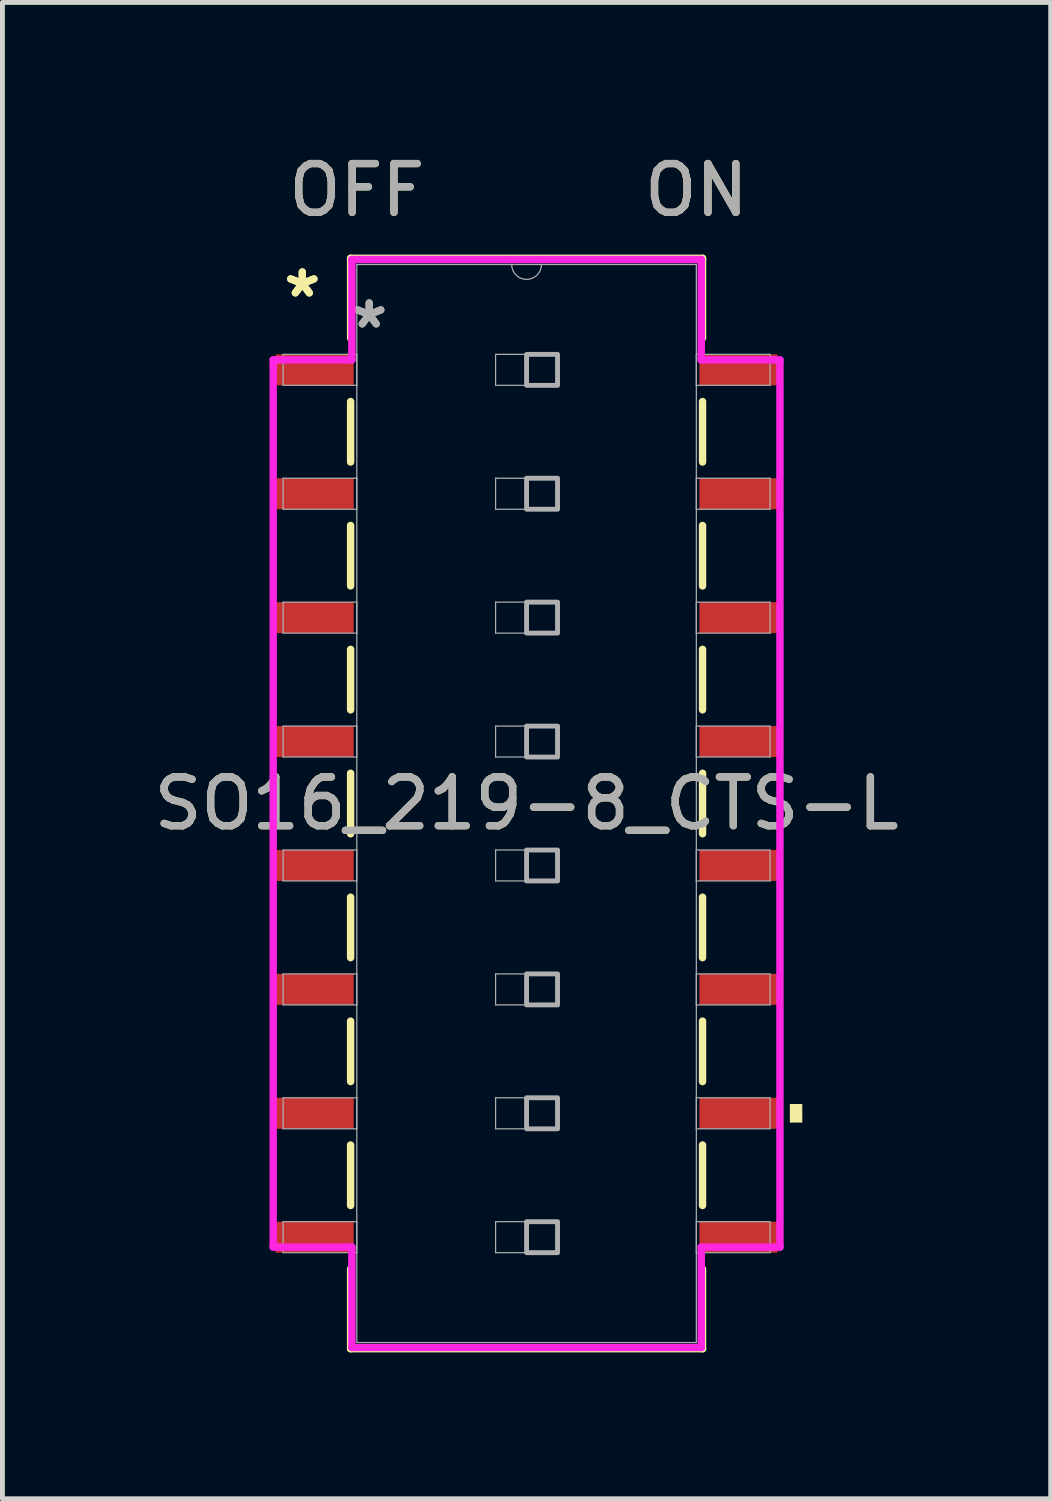
<source format=kicad_pcb>
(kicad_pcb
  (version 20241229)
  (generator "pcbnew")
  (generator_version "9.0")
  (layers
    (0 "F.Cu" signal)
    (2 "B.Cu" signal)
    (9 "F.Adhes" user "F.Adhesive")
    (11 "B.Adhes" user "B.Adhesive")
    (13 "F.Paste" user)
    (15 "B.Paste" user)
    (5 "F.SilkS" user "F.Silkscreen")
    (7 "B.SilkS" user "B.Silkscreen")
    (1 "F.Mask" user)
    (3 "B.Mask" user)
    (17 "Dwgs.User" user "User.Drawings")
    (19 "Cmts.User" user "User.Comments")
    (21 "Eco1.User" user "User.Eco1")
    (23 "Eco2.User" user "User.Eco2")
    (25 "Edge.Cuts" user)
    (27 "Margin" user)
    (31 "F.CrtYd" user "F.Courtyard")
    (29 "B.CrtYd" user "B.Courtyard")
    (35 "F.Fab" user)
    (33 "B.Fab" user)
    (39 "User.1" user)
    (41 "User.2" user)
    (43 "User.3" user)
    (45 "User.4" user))
  (footprint "SO16_219-8_CTS-L"
    (layer "F.Cu")
    (at 7.744 13.421)
    (property "Reference" "SO16_219-8_CTS-L" (at 0 0 0) (unlocked yes) (layer "F.SilkS") (effects (font (size 1 1) (thickness 0.15))))
    (attr smd)
    (fp_line (start -3.607 -11.176) (end -3.607 -9.54) (stroke (width 0.152) (type solid)) (layer "F.SilkS"))
    (fp_line (start -3.607 -8.24) (end -3.607 -7) (stroke (width 0.152) (type solid)) (layer "F.SilkS"))
    (fp_line (start -3.607 -5.7) (end -3.607 -4.46) (stroke (width 0.152) (type solid)) (layer "F.SilkS"))
    (fp_line (start -3.607 -3.16) (end -3.607 -1.92) (stroke (width 0.152) (type solid)) (layer "F.SilkS"))
    (fp_line (start -3.607 -0.62) (end -3.607 0.62) (stroke (width 0.152) (type solid)) (layer "F.SilkS"))
    (fp_line (start -3.607 1.92) (end -3.607 3.16) (stroke (width 0.152) (type solid)) (layer "F.SilkS"))
    (fp_line (start -3.607 4.46) (end -3.607 5.7) (stroke (width 0.152) (type solid)) (layer "F.SilkS"))
    (fp_line (start -3.607 7) (end -3.607 8.24) (stroke (width 0.152) (type solid)) (layer "F.SilkS"))
    (fp_line (start -3.607 9.54) (end -3.607 11.176) (stroke (width 0.152) (type solid)) (layer "F.SilkS"))
    (fp_line (start -3.607 11.176) (end 3.607 11.176) (stroke (width 0.152) (type solid)) (layer "F.SilkS"))
    (fp_line (start 3.607 -11.176) (end -3.607 -11.176) (stroke (width 0.152) (type solid)) (layer "F.SilkS"))
    (fp_line (start 3.607 -9.54) (end 3.607 -11.176) (stroke (width 0.152) (type solid)) (layer "F.SilkS"))
    (fp_line (start 3.607 -7) (end 3.607 -8.24) (stroke (width 0.152) (type solid)) (layer "F.SilkS"))
    (fp_line (start 3.607 -4.46) (end 3.607 -5.7) (stroke (width 0.152) (type solid)) (layer "F.SilkS"))
    (fp_line (start 3.607 -1.92) (end 3.607 -3.16) (stroke (width 0.152) (type solid)) (layer "F.SilkS"))
    (fp_line (start 3.607 0.62) (end 3.607 -0.62) (stroke (width 0.152) (type solid)) (layer "F.SilkS"))
    (fp_line (start 3.607 3.16) (end 3.607 1.92) (stroke (width 0.152) (type solid)) (layer "F.SilkS"))
    (fp_line (start 3.607 5.7) (end 3.607 4.46) (stroke (width 0.152) (type solid)) (layer "F.SilkS"))
    (fp_line (start 3.607 8.24) (end 3.607 7) (stroke (width 0.152) (type solid)) (layer "F.SilkS"))
    (fp_line (start 3.607 11.176) (end 3.607 9.54) (stroke (width 0.152) (type solid)) (layer "F.SilkS"))
    (fp_poly (pts (xy 5.652 6.16) (xy 5.652 6.54) (xy 5.397 6.54) (xy 5.397 6.16)) (stroke (width 0) (type solid)) (fill yes) (layer "F.SilkS"))
    (fp_line (start -5.194 -9.093) (end -3.581 -9.093) (stroke (width 0.152) (type solid)) (layer "F.CrtYd"))
    (fp_line (start -5.194 9.093) (end -5.194 -9.093) (stroke (width 0.152) (type solid)) (layer "F.CrtYd"))
    (fp_line (start -3.581 -11.151) (end 3.581 -11.151) (stroke (width 0.152) (type solid)) (layer "F.CrtYd"))
    (fp_line (start -3.581 -9.093) (end -3.581 -11.151) (stroke (width 0.152) (type solid)) (layer "F.CrtYd"))
    (fp_line (start -3.581 9.093) (end -5.194 9.093) (stroke (width 0.152) (type solid)) (layer "F.CrtYd"))
    (fp_line (start -3.581 11.151) (end -3.581 9.093) (stroke (width 0.152) (type solid)) (layer "F.CrtYd"))
    (fp_line (start 3.581 -11.151) (end 3.581 -9.093) (stroke (width 0.152) (type solid)) (layer "F.CrtYd"))
    (fp_line (start 3.581 -9.093) (end 5.194 -9.093) (stroke (width 0.152) (type solid)) (layer "F.CrtYd"))
    (fp_line (start 3.581 9.093) (end 3.581 11.151) (stroke (width 0.152) (type solid)) (layer "F.CrtYd"))
    (fp_line (start 3.581 11.151) (end -3.581 11.151) (stroke (width 0.152) (type solid)) (layer "F.CrtYd"))
    (fp_line (start 5.194 -9.093) (end 5.194 9.093) (stroke (width 0.152) (type solid)) (layer "F.CrtYd"))
    (fp_line (start 5.194 9.093) (end 3.581 9.093) (stroke (width 0.152) (type solid)) (layer "F.CrtYd"))
    (fp_line (start -4.991 -9.207) (end -4.991 -8.572) (stroke (width 0.025) (type solid)) (layer "F.Fab"))
    (fp_line (start -4.991 -8.572) (end -3.48 -8.572) (stroke (width 0.025) (type solid)) (layer "F.Fab"))
    (fp_line (start -4.991 -6.668) (end -4.991 -6.032) (stroke (width 0.025) (type solid)) (layer "F.Fab"))
    (fp_line (start -4.991 -6.032) (end -3.48 -6.032) (stroke (width 0.025) (type solid)) (layer "F.Fab"))
    (fp_line (start -4.991 -4.128) (end -4.991 -3.493) (stroke (width 0.025) (type solid)) (layer "F.Fab"))
    (fp_line (start -4.991 -3.493) (end -3.48 -3.493) (stroke (width 0.025) (type solid)) (layer "F.Fab"))
    (fp_line (start -4.991 -1.587) (end -4.991 -0.953) (stroke (width 0.025) (type solid)) (layer "F.Fab"))
    (fp_line (start -4.991 -0.953) (end -3.48 -0.953) (stroke (width 0.025) (type solid)) (layer "F.Fab"))
    (fp_line (start -4.991 0.953) (end -4.991 1.587) (stroke (width 0.025) (type solid)) (layer "F.Fab"))
    (fp_line (start -4.991 1.587) (end -3.48 1.587) (stroke (width 0.025) (type solid)) (layer "F.Fab"))
    (fp_line (start -4.991 3.493) (end -4.991 4.128) (stroke (width 0.025) (type solid)) (layer "F.Fab"))
    (fp_line (start -4.991 4.128) (end -3.48 4.128) (stroke (width 0.025) (type solid)) (layer "F.Fab"))
    (fp_line (start -4.991 6.032) (end -4.991 6.668) (stroke (width 0.025) (type solid)) (layer "F.Fab"))
    (fp_line (start -4.991 6.668) (end -3.48 6.668) (stroke (width 0.025) (type solid)) (layer "F.Fab"))
    (fp_line (start -4.991 8.572) (end -4.991 9.207) (stroke (width 0.025) (type solid)) (layer "F.Fab"))
    (fp_line (start -4.991 9.207) (end -3.48 9.207) (stroke (width 0.025) (type solid)) (layer "F.Fab"))
    (fp_line (start -3.48 -11.049) (end -3.48 11.049) (stroke (width 0.025) (type solid)) (layer "F.Fab"))
    (fp_line (start -3.48 -9.207) (end -4.991 -9.207) (stroke (width 0.025) (type solid)) (layer "F.Fab"))
    (fp_line (start -3.48 -8.572) (end -3.48 -9.207) (stroke (width 0.025) (type solid)) (layer "F.Fab"))
    (fp_line (start -3.48 -6.668) (end -4.991 -6.668) (stroke (width 0.025) (type solid)) (layer "F.Fab"))
    (fp_line (start -3.48 -6.032) (end -3.48 -6.668) (stroke (width 0.025) (type solid)) (layer "F.Fab"))
    (fp_line (start -3.48 -4.128) (end -4.991 -4.128) (stroke (width 0.025) (type solid)) (layer "F.Fab"))
    (fp_line (start -3.48 -3.493) (end -3.48 -4.128) (stroke (width 0.025) (type solid)) (layer "F.Fab"))
    (fp_line (start -3.48 -1.587) (end -4.991 -1.587) (stroke (width 0.025) (type solid)) (layer "F.Fab"))
    (fp_line (start -3.48 -0.953) (end -3.48 -1.587) (stroke (width 0.025) (type solid)) (layer "F.Fab"))
    (fp_line (start -3.48 0.953) (end -4.991 0.953) (stroke (width 0.025) (type solid)) (layer "F.Fab"))
    (fp_line (start -3.48 1.587) (end -3.48 0.953) (stroke (width 0.025) (type solid)) (layer "F.Fab"))
    (fp_line (start -3.48 3.493) (end -4.991 3.493) (stroke (width 0.025) (type solid)) (layer "F.Fab"))
    (fp_line (start -3.48 4.128) (end -3.48 3.493) (stroke (width 0.025) (type solid)) (layer "F.Fab"))
    (fp_line (start -3.48 6.032) (end -4.991 6.032) (stroke (width 0.025) (type solid)) (layer "F.Fab"))
    (fp_line (start -3.48 6.668) (end -3.48 6.032) (stroke (width 0.025) (type solid)) (layer "F.Fab"))
    (fp_line (start -3.48 8.572) (end -4.991 8.572) (stroke (width 0.025) (type solid)) (layer "F.Fab"))
    (fp_line (start -3.48 9.207) (end -3.48 8.572) (stroke (width 0.025) (type solid)) (layer "F.Fab"))
    (fp_line (start -3.48 11.049) (end 3.48 11.049) (stroke (width 0.025) (type solid)) (layer "F.Fab"))
    (fp_line (start -0.635 -9.207) (end 0.635 -9.207) (stroke (width 0.025) (type solid)) (layer "F.Fab"))
    (fp_line (start -0.635 -8.572) (end -0.635 -9.207) (stroke (width 0.025) (type solid)) (layer "F.Fab"))
    (fp_line (start -0.635 -6.668) (end 0.635 -6.668) (stroke (width 0.025) (type solid)) (layer "F.Fab"))
    (fp_line (start -0.635 -6.032) (end -0.635 -6.668) (stroke (width 0.025) (type solid)) (layer "F.Fab"))
    (fp_line (start -0.635 -4.128) (end 0.635 -4.128) (stroke (width 0.025) (type solid)) (layer "F.Fab"))
    (fp_line (start -0.635 -3.493) (end -0.635 -4.128) (stroke (width 0.025) (type solid)) (layer "F.Fab"))
    (fp_line (start -0.635 -1.587) (end 0.635 -1.587) (stroke (width 0.025) (type solid)) (layer "F.Fab"))
    (fp_line (start -0.635 -0.953) (end -0.635 -1.587) (stroke (width 0.025) (type solid)) (layer "F.Fab"))
    (fp_line (start -0.635 0.953) (end 0.635 0.953) (stroke (width 0.025) (type solid)) (layer "F.Fab"))
    (fp_line (start -0.635 1.587) (end -0.635 0.953) (stroke (width 0.025) (type solid)) (layer "F.Fab"))
    (fp_line (start -0.635 3.493) (end 0.635 3.493) (stroke (width 0.025) (type solid)) (layer "F.Fab"))
    (fp_line (start -0.635 4.128) (end -0.635 3.493) (stroke (width 0.025) (type solid)) (layer "F.Fab"))
    (fp_line (start -0.635 6.032) (end 0.635 6.032) (stroke (width 0.025) (type solid)) (layer "F.Fab"))
    (fp_line (start -0.635 6.668) (end -0.635 6.032) (stroke (width 0.025) (type solid)) (layer "F.Fab"))
    (fp_line (start -0.635 8.572) (end 0.635 8.572) (stroke (width 0.025) (type solid)) (layer "F.Fab"))
    (fp_line (start -0.635 9.207) (end -0.635 8.572) (stroke (width 0.025) (type solid)) (layer "F.Fab"))
    (fp_line (start 0.635 -9.207) (end 0.635 -8.572) (stroke (width 0.025) (type solid)) (layer "F.Fab"))
    (fp_line (start 0.635 -8.572) (end -0.635 -8.572) (stroke (width 0.025) (type solid)) (layer "F.Fab"))
    (fp_line (start 0.635 -6.668) (end 0.635 -6.032) (stroke (width 0.025) (type solid)) (layer "F.Fab"))
    (fp_line (start 0.635 -6.032) (end -0.635 -6.032) (stroke (width 0.025) (type solid)) (layer "F.Fab"))
    (fp_line (start 0.635 -4.128) (end 0.635 -3.493) (stroke (width 0.025) (type solid)) (layer "F.Fab"))
    (fp_line (start 0.635 -3.493) (end -0.635 -3.493) (stroke (width 0.025) (type solid)) (layer "F.Fab"))
    (fp_line (start 0.635 -1.587) (end 0.635 -0.953) (stroke (width 0.025) (type solid)) (layer "F.Fab"))
    (fp_line (start 0.635 -0.953) (end -0.635 -0.953) (stroke (width 0.025) (type solid)) (layer "F.Fab"))
    (fp_line (start 0.635 0.953) (end 0.635 1.587) (stroke (width 0.025) (type solid)) (layer "F.Fab"))
    (fp_line (start 0.635 1.587) (end -0.635 1.587) (stroke (width 0.025) (type solid)) (layer "F.Fab"))
    (fp_line (start 0.635 3.493) (end 0.635 4.128) (stroke (width 0.025) (type solid)) (layer "F.Fab"))
    (fp_line (start 0.635 4.128) (end -0.635 4.128) (stroke (width 0.025) (type solid)) (layer "F.Fab"))
    (fp_line (start 0.635 6.032) (end 0.635 6.668) (stroke (width 0.025) (type solid)) (layer "F.Fab"))
    (fp_line (start 0.635 6.668) (end -0.635 6.668) (stroke (width 0.025) (type solid)) (layer "F.Fab"))
    (fp_line (start 0.635 8.572) (end 0.635 9.207) (stroke (width 0.025) (type solid)) (layer "F.Fab"))
    (fp_line (start 0.635 9.207) (end -0.635 9.207) (stroke (width 0.025) (type solid)) (layer "F.Fab"))
    (fp_line (start 3.48 -11.049) (end -3.48 -11.049) (stroke (width 0.025) (type solid)) (layer "F.Fab"))
    (fp_line (start 3.48 -9.207) (end 3.48 -8.572) (stroke (width 0.025) (type solid)) (layer "F.Fab"))
    (fp_line (start 3.48 -8.572) (end 4.991 -8.572) (stroke (width 0.025) (type solid)) (layer "F.Fab"))
    (fp_line (start 3.48 -6.668) (end 3.48 -6.032) (stroke (width 0.025) (type solid)) (layer "F.Fab"))
    (fp_line (start 3.48 -6.032) (end 4.991 -6.032) (stroke (width 0.025) (type solid)) (layer "F.Fab"))
    (fp_line (start 3.48 -4.128) (end 3.48 -3.493) (stroke (width 0.025) (type solid)) (layer "F.Fab"))
    (fp_line (start 3.48 -3.493) (end 4.991 -3.493) (stroke (width 0.025) (type solid)) (layer "F.Fab"))
    (fp_line (start 3.48 -1.587) (end 3.48 -0.953) (stroke (width 0.025) (type solid)) (layer "F.Fab"))
    (fp_line (start 3.48 -0.953) (end 4.991 -0.953) (stroke (width 0.025) (type solid)) (layer "F.Fab"))
    (fp_line (start 3.48 0.953) (end 3.48 1.587) (stroke (width 0.025) (type solid)) (layer "F.Fab"))
    (fp_line (start 3.48 1.587) (end 4.991 1.587) (stroke (width 0.025) (type solid)) (layer "F.Fab"))
    (fp_line (start 3.48 3.493) (end 3.48 4.128) (stroke (width 0.025) (type solid)) (layer "F.Fab"))
    (fp_line (start 3.48 4.128) (end 4.991 4.128) (stroke (width 0.025) (type solid)) (layer "F.Fab"))
    (fp_line (start 3.48 6.032) (end 3.48 6.668) (stroke (width 0.025) (type solid)) (layer "F.Fab"))
    (fp_line (start 3.48 6.668) (end 4.991 6.668) (stroke (width 0.025) (type solid)) (layer "F.Fab"))
    (fp_line (start 3.48 8.572) (end 3.48 9.207) (stroke (width 0.025) (type solid)) (layer "F.Fab"))
    (fp_line (start 3.48 9.207) (end 4.991 9.207) (stroke (width 0.025) (type solid)) (layer "F.Fab"))
    (fp_line (start 3.48 11.049) (end 3.48 -11.049) (stroke (width 0.025) (type solid)) (layer "F.Fab"))
    (fp_line (start 4.991 -9.207) (end 3.48 -9.207) (stroke (width 0.025) (type solid)) (layer "F.Fab"))
    (fp_line (start 4.991 -8.572) (end 4.991 -9.207) (stroke (width 0.025) (type solid)) (layer "F.Fab"))
    (fp_line (start 4.991 -6.668) (end 3.48 -6.668) (stroke (width 0.025) (type solid)) (layer "F.Fab"))
    (fp_line (start 4.991 -6.032) (end 4.991 -6.668) (stroke (width 0.025) (type solid)) (layer "F.Fab"))
    (fp_line (start 4.991 -4.128) (end 3.48 -4.128) (stroke (width 0.025) (type solid)) (layer "F.Fab"))
    (fp_line (start 4.991 -3.493) (end 4.991 -4.128) (stroke (width 0.025) (type solid)) (layer "F.Fab"))
    (fp_line (start 4.991 -1.587) (end 3.48 -1.587) (stroke (width 0.025) (type solid)) (layer "F.Fab"))
    (fp_line (start 4.991 -0.953) (end 4.991 -1.587) (stroke (width 0.025) (type solid)) (layer "F.Fab"))
    (fp_line (start 4.991 0.953) (end 3.48 0.953) (stroke (width 0.025) (type solid)) (layer "F.Fab"))
    (fp_line (start 4.991 1.587) (end 4.991 0.953) (stroke (width 0.025) (type solid)) (layer "F.Fab"))
    (fp_line (start 4.991 3.493) (end 3.48 3.493) (stroke (width 0.025) (type solid)) (layer "F.Fab"))
    (fp_line (start 4.991 4.128) (end 4.991 3.493) (stroke (width 0.025) (type solid)) (layer "F.Fab"))
    (fp_line (start 4.991 6.032) (end 3.48 6.032) (stroke (width 0.025) (type solid)) (layer "F.Fab"))
    (fp_line (start 4.991 6.668) (end 4.991 6.032) (stroke (width 0.025) (type solid)) (layer "F.Fab"))
    (fp_line (start 4.991 8.572) (end 3.48 8.572) (stroke (width 0.025) (type solid)) (layer "F.Fab"))
    (fp_line (start 4.991 9.207) (end 4.991 8.572) (stroke (width 0.025) (type solid)) (layer "F.Fab"))
    (fp_arc (start 0.3048 -11.049) (mid 0 -10.7442) (end -0.3048 -11.049) (stroke (width 0.0254) (type solid)) (layer "F.Fab"))
    (fp_poly (pts (xy 0 -9.207) (xy 0.635 -9.207) (xy 0.635 -8.572) (xy 0 -8.572)) (stroke (width 0.1) (type solid)) (fill no) (layer "F.Fab"))
    (fp_poly (pts (xy 0 -6.668) (xy 0.635 -6.668) (xy 0.635 -6.032) (xy 0 -6.032)) (stroke (width 0.1) (type solid)) (fill no) (layer "F.Fab"))
    (fp_poly (pts (xy 0 -4.128) (xy 0.635 -4.128) (xy 0.635 -3.493) (xy 0 -3.493)) (stroke (width 0.1) (type solid)) (fill no) (layer "F.Fab"))
    (fp_poly (pts (xy 0 -1.587) (xy 0.635 -1.587) (xy 0.635 -0.953) (xy 0 -0.953)) (stroke (width 0.1) (type solid)) (fill no) (layer "F.Fab"))
    (fp_poly (pts (xy 0 0.953) (xy 0.635 0.953) (xy 0.635 1.587) (xy 0 1.587)) (stroke (width 0.1) (type solid)) (fill no) (layer "F.Fab"))
    (fp_poly (pts (xy 0 3.493) (xy 0.635 3.493) (xy 0.635 4.128) (xy 0 4.128)) (stroke (width 0.1) (type solid)) (fill no) (layer "F.Fab"))
    (fp_poly (pts (xy 0 6.032) (xy 0.635 6.032) (xy 0.635 6.668) (xy 0 6.668)) (stroke (width 0.1) (type solid)) (fill no) (layer "F.Fab"))
    (fp_poly (pts (xy 0 8.572) (xy 0.635 8.572) (xy 0.635 9.207) (xy 0 9.207)) (stroke (width 0.1) (type solid)) (fill no) (layer "F.Fab"))
    (fp_text user "ON" (at 3.48 -12.573 0) (unlocked yes) (layer "F.SilkS") (effects (font (size 1 1) (thickness 0.15))))
    (fp_text user "OFF" (at -3.48 -12.573 0) (unlocked yes) (layer "F.SilkS") (effects (font (size 1 1) (thickness 0.15))))
    (fp_text user "*" (at -4.597 -10.351 0) (layer "F.SilkS") (effects (font (size 1 1) (thickness 0.15))))
    (fp_text user "*" (at -4.597 -10.351 0) (unlocked yes) (layer "F.SilkS") (effects (font (size 1 1) (thickness 0.15))))
    (fp_text user "*" (at -3.226 -9.716 0) (layer "F.Fab") (effects (font (size 1 1) (thickness 0.15))))
    (fp_text user "OFF" (at -3.48 -12.573 0) (unlocked yes) (layer "F.Fab") (effects (font (size 1 1) (thickness 0.15))))
    (fp_text user "*" (at -3.226 -9.716 0) (unlocked yes) (layer "F.Fab") (effects (font (size 1 1) (thickness 0.15))))
    (fp_text user "${REFERENCE}" (at 0 0 0) (unlocked yes) (layer "F.Fab") (effects (font (size 1 1) (thickness 0.15))))
    (fp_text user "ON" (at 3.48 -12.573 0) (unlocked yes) (layer "F.Fab") (effects (font (size 1 1) (thickness 0.15))))
    (pad "1" smd rect (at -4.343 -8.89) (size 1.6 0.635) (layers "F.Cu" "F.Mask" "F.Paste"))
    (pad "2" smd rect (at -4.343 -6.35) (size 1.6 0.635) (layers "F.Cu" "F.Mask" "F.Paste"))
    (pad "3" smd rect (at -4.343 -3.81) (size 1.6 0.635) (layers "F.Cu" "F.Mask" "F.Paste"))
    (pad "4" smd rect (at -4.343 -1.27) (size 1.6 0.635) (layers "F.Cu" "F.Mask" "F.Paste"))
    (pad "5" smd rect (at -4.343 1.27) (size 1.6 0.635) (layers "F.Cu" "F.Mask" "F.Paste"))
    (pad "6" smd rect (at -4.343 3.81) (size 1.6 0.635) (layers "F.Cu" "F.Mask" "F.Paste"))
    (pad "7" smd rect (at -4.343 6.35) (size 1.6 0.635) (layers "F.Cu" "F.Mask" "F.Paste"))
    (pad "8" smd rect (at -4.343 8.89) (size 1.6 0.635) (layers "F.Cu" "F.Mask" "F.Paste"))
    (pad "9" smd rect (at 4.343 8.89) (size 1.6 0.635) (layers "F.Cu" "F.Mask" "F.Paste"))
    (pad "10" smd rect (at 4.343 6.35) (size 1.6 0.635) (layers "F.Cu" "F.Mask" "F.Paste"))
    (pad "11" smd rect (at 4.343 3.81) (size 1.6 0.635) (layers "F.Cu" "F.Mask" "F.Paste"))
    (pad "12" smd rect (at 4.343 1.27) (size 1.6 0.635) (layers "F.Cu" "F.Mask" "F.Paste"))
    (pad "13" smd rect (at 4.343 -1.27) (size 1.6 0.635) (layers "F.Cu" "F.Mask" "F.Paste"))
    (pad "14" smd rect (at 4.343 -3.81) (size 1.6 0.635) (layers "F.Cu" "F.Mask" "F.Paste"))
    (pad "15" smd rect (at 4.343 -6.35) (size 1.6 0.635) (layers "F.Cu" "F.Mask" "F.Paste"))
    (pad "16" smd rect (at 4.343 -8.89) (size 1.6 0.635) (layers "F.Cu" "F.Mask" "F.Paste")))
  (gr_rect
    (start -3 -3)
    (end 18.488 27.673)
    (stroke (width 0.1) (type default))
    (fill no)
    (layer "Edge.Cuts")))
</source>
